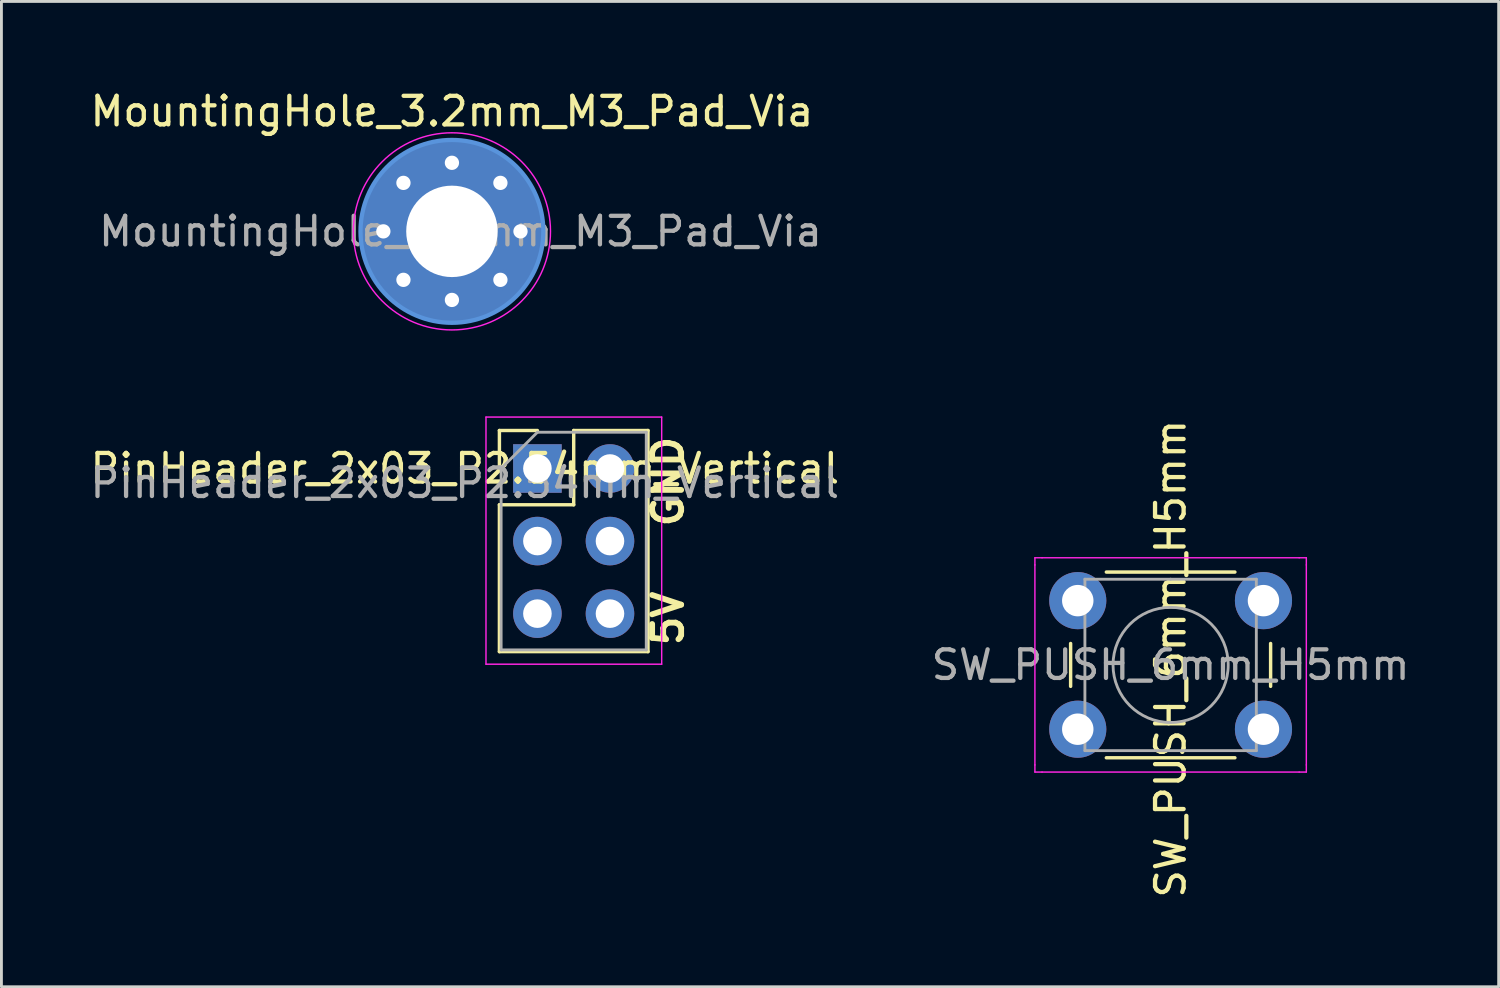
<source format=kicad_pcb>
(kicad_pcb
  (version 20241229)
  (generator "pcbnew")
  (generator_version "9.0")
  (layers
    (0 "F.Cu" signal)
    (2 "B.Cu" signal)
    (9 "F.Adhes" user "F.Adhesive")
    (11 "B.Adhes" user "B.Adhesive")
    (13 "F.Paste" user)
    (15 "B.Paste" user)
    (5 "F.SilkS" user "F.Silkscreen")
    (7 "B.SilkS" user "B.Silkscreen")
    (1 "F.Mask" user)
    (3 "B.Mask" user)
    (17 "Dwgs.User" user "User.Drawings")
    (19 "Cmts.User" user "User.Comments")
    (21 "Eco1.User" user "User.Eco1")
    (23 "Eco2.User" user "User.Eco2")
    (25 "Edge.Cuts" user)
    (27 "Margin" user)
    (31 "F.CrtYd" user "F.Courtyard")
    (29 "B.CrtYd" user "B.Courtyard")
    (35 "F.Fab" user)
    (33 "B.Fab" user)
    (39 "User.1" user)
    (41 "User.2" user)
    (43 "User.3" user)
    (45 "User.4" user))
  (footprint "MountingHole_3.2mm_M3_Pad_Via"
    (layer "F.Cu")
    (at 12.768 5.048)
    (property "Reference" "MountingHole_3.2mm_M3_Pad_Via" (at 0 -4.2 0) (layer "F.SilkS") (effects (font (size 1 1) (thickness 0.15))))
    (attr exclude_from_pos_files exclude_from_bom)
    (fp_circle (center 0 0) (end 3.2 0) (stroke (width 0.15) (type solid)) (fill no) (layer "Cmts.User"))
    (fp_circle (center 0 0) (end 3.45 0) (stroke (width 0.05) (type solid)) (fill no) (layer "F.CrtYd"))
    (fp_text user "${REFERENCE}" (at 0.3 0 0) (layer "F.Fab") (effects (font (size 1 1) (thickness 0.15))))
    (pad "1" thru_hole circle (at -2.4 0) (size 0.8 0.8) (drill 0.5) (layers "*.Cu" "*.Mask"))
    (pad "1" thru_hole circle (at -1.697 -1.697) (size 0.8 0.8) (drill 0.5) (layers "*.Cu" "*.Mask"))
    (pad "1" thru_hole circle (at -1.697 1.697) (size 0.8 0.8) (drill 0.5) (layers "*.Cu" "*.Mask"))
    (pad "1" thru_hole circle (at 0 -2.4) (size 0.8 0.8) (drill 0.5) (layers "*.Cu" "*.Mask"))
    (pad "1" thru_hole circle (at 0 0) (size 6.4 6.4) (drill 3.2) (layers "*.Cu" "*.Mask"))
    (pad "1" thru_hole circle (at 0 2.4) (size 0.8 0.8) (drill 0.5) (layers "*.Cu" "*.Mask"))
    (pad "1" thru_hole circle (at 1.697 -1.697) (size 0.8 0.8) (drill 0.5) (layers "*.Cu" "*.Mask"))
    (pad "1" thru_hole circle (at 1.697 1.697) (size 0.8 0.8) (drill 0.5) (layers "*.Cu" "*.Mask"))
    (pad "1" thru_hole circle (at 2.4 0) (size 0.8 0.8) (drill 0.5) (layers "*.Cu" "*.Mask")))
  (footprint "SW_PUSH_6mm_H5mm"
    (layer "F.Cu")
    (at 34.673 17.973)
    (property "Reference" "SW_PUSH_6mm_H5mm" (at 3.25 2.032 90) (layer "F.SilkS") (effects (font (size 1 1) (thickness 0.15))))
    (attr through_hole)
    (fp_line (start -0.25 1.5) (end -0.25 3) (stroke (width 0.12) (type solid)) (layer "F.SilkS"))
    (fp_line (start 1 5.5) (end 5.5 5.5) (stroke (width 0.12) (type solid)) (layer "F.SilkS"))
    (fp_line (start 5.5 -1) (end 1 -1) (stroke (width 0.12) (type solid)) (layer "F.SilkS"))
    (fp_line (start 6.75 3) (end 6.75 1.5) (stroke (width 0.12) (type solid)) (layer "F.SilkS"))
    (fp_line (start -1.5 -1.5) (end -1.25 -1.5) (stroke (width 0.05) (type solid)) (layer "F.CrtYd"))
    (fp_line (start -1.5 -1.25) (end -1.5 -1.5) (stroke (width 0.05) (type solid)) (layer "F.CrtYd"))
    (fp_line (start -1.5 5.75) (end -1.5 -1.25) (stroke (width 0.05) (type solid)) (layer "F.CrtYd"))
    (fp_line (start -1.5 5.75) (end -1.5 6) (stroke (width 0.05) (type solid)) (layer "F.CrtYd"))
    (fp_line (start -1.5 6) (end -1.25 6) (stroke (width 0.05) (type solid)) (layer "F.CrtYd"))
    (fp_line (start -1.25 -1.5) (end 7.75 -1.5) (stroke (width 0.05) (type solid)) (layer "F.CrtYd"))
    (fp_line (start 7.75 -1.5) (end 8 -1.5) (stroke (width 0.05) (type solid)) (layer "F.CrtYd"))
    (fp_line (start 7.75 6) (end -1.25 6) (stroke (width 0.05) (type solid)) (layer "F.CrtYd"))
    (fp_line (start 7.75 6) (end 8 6) (stroke (width 0.05) (type solid)) (layer "F.CrtYd"))
    (fp_line (start 8 -1.5) (end 8 -1.25) (stroke (width 0.05) (type solid)) (layer "F.CrtYd"))
    (fp_line (start 8 -1.25) (end 8 5.75) (stroke (width 0.05) (type solid)) (layer "F.CrtYd"))
    (fp_line (start 8 6) (end 8 5.75) (stroke (width 0.05) (type solid)) (layer "F.CrtYd"))
    (fp_line (start 0.25 -0.75) (end 3.25 -0.75) (stroke (width 0.1) (type solid)) (layer "F.Fab"))
    (fp_line (start 0.25 5.25) (end 0.25 -0.75) (stroke (width 0.1) (type solid)) (layer "F.Fab"))
    (fp_line (start 3.25 -0.75) (end 6.25 -0.75) (stroke (width 0.1) (type solid)) (layer "F.Fab"))
    (fp_line (start 6.25 -0.75) (end 6.25 5.25) (stroke (width 0.1) (type solid)) (layer "F.Fab"))
    (fp_line (start 6.25 5.25) (end 0.25 5.25) (stroke (width 0.1) (type solid)) (layer "F.Fab"))
    (fp_circle (center 3.25 2.25) (end 1.25 2.5) (stroke (width 0.1) (type solid)) (fill no) (layer "F.Fab"))
    (fp_text user "${REFERENCE}" (at 3.25 2.25 0) (layer "F.Fab") (effects (font (size 1 1) (thickness 0.15))))
    (pad "1" thru_hole circle (at 0 0 90) (size 2 2) (drill 1.1) (layers "*.Cu" "*.Mask"))
    (pad "1" thru_hole circle (at 6.5 0 90) (size 2 2) (drill 1.1) (layers "*.Cu" "*.Mask"))
    (pad "2" thru_hole circle (at 0 4.5 90) (size 2 2) (drill 1.1) (layers "*.Cu" "*.Mask"))
    (pad "2" thru_hole circle (at 6.5 4.5 90) (size 2 2) (drill 1.1) (layers "*.Cu" "*.Mask")))
  (footprint "PinHeader_2x03_P2.54mm_Vertical"
    (layer "F.Cu")
    (at 15.76 13.348)
    (property "Reference" "PinHeader_2x03_P2.54mm_Vertical" (at -2.54 0 0) (layer "F.SilkS") (effects (font (size 1 1) (thickness 0.15))))
    (attr through_hole)
    (fp_line (start -1.33 -1.33) (end 0 -1.33) (stroke (width 0.12) (type solid)) (layer "F.SilkS"))
    (fp_line (start -1.33 0) (end -1.33 -1.33) (stroke (width 0.12) (type solid)) (layer "F.SilkS"))
    (fp_line (start -1.33 1.27) (end -1.33 6.41) (stroke (width 0.12) (type solid)) (layer "F.SilkS"))
    (fp_line (start -1.33 1.27) (end 1.27 1.27) (stroke (width 0.12) (type solid)) (layer "F.SilkS"))
    (fp_line (start -1.33 6.41) (end 3.87 6.41) (stroke (width 0.12) (type solid)) (layer "F.SilkS"))
    (fp_line (start 1.27 -1.33) (end 3.87 -1.33) (stroke (width 0.12) (type solid)) (layer "F.SilkS"))
    (fp_line (start 1.27 1.27) (end 1.27 -1.33) (stroke (width 0.12) (type solid)) (layer "F.SilkS"))
    (fp_line (start 3.87 -1.33) (end 3.87 6.41) (stroke (width 0.12) (type solid)) (layer "F.SilkS"))
    (fp_line (start -1.8 -1.8) (end -1.8 6.85) (stroke (width 0.05) (type solid)) (layer "F.CrtYd"))
    (fp_line (start -1.8 6.85) (end 4.35 6.85) (stroke (width 0.05) (type solid)) (layer "F.CrtYd"))
    (fp_line (start 4.35 -1.8) (end -1.8 -1.8) (stroke (width 0.05) (type solid)) (layer "F.CrtYd"))
    (fp_line (start 4.35 6.85) (end 4.35 -1.8) (stroke (width 0.05) (type solid)) (layer "F.CrtYd"))
    (fp_line (start -1.27 0) (end 0 -1.27) (stroke (width 0.1) (type solid)) (layer "F.Fab"))
    (fp_line (start -1.27 6.35) (end -1.27 0) (stroke (width 0.1) (type solid)) (layer "F.Fab"))
    (fp_line (start 0 -1.27) (end 3.81 -1.27) (stroke (width 0.1) (type solid)) (layer "F.Fab"))
    (fp_line (start 3.81 -1.27) (end 3.81 6.35) (stroke (width 0.1) (type solid)) (layer "F.Fab"))
    (fp_line (start 3.81 6.35) (end -1.27 6.35) (stroke (width 0.1) (type solid)) (layer "F.Fab"))
    (fp_text user "5V   GND" (at 4.572 2.54 90) (layer "F.SilkS") (effects (font (size 1.016 1.016) (thickness 0.203))))
    (fp_text user "${REFERENCE}" (at -2.54 0.508 0) (layer "F.Fab") (effects (font (size 1 1) (thickness 0.15))))
    (pad "1" thru_hole rect (at 0 0) (size 1.7 1.7) (drill 1) (layers "*.Cu" "*.Mask"))
    (pad "2" thru_hole oval (at 2.54 0) (size 1.7 1.7) (drill 1) (layers "*.Cu" "*.Mask"))
    (pad "3" thru_hole oval (at 0 2.54) (size 1.7 1.7) (drill 1) (layers "*.Cu" "*.Mask"))
    (pad "4" thru_hole oval (at 2.54 2.54) (size 1.7 1.7) (drill 1) (layers "*.Cu" "*.Mask"))
    (pad "5" thru_hole oval (at 0 5.08) (size 1.7 1.7) (drill 1) (layers "*.Cu" "*.Mask"))
    (pad "6" thru_hole oval (at 2.54 5.08) (size 1.7 1.7) (drill 1) (layers "*.Cu" "*.Mask")))
  (gr_rect
    (start -3 -3)
    (end 49.405 31.488)
    (stroke (width 0.1) (type default))
    (fill no)
    (layer "Edge.Cuts")))
</source>
